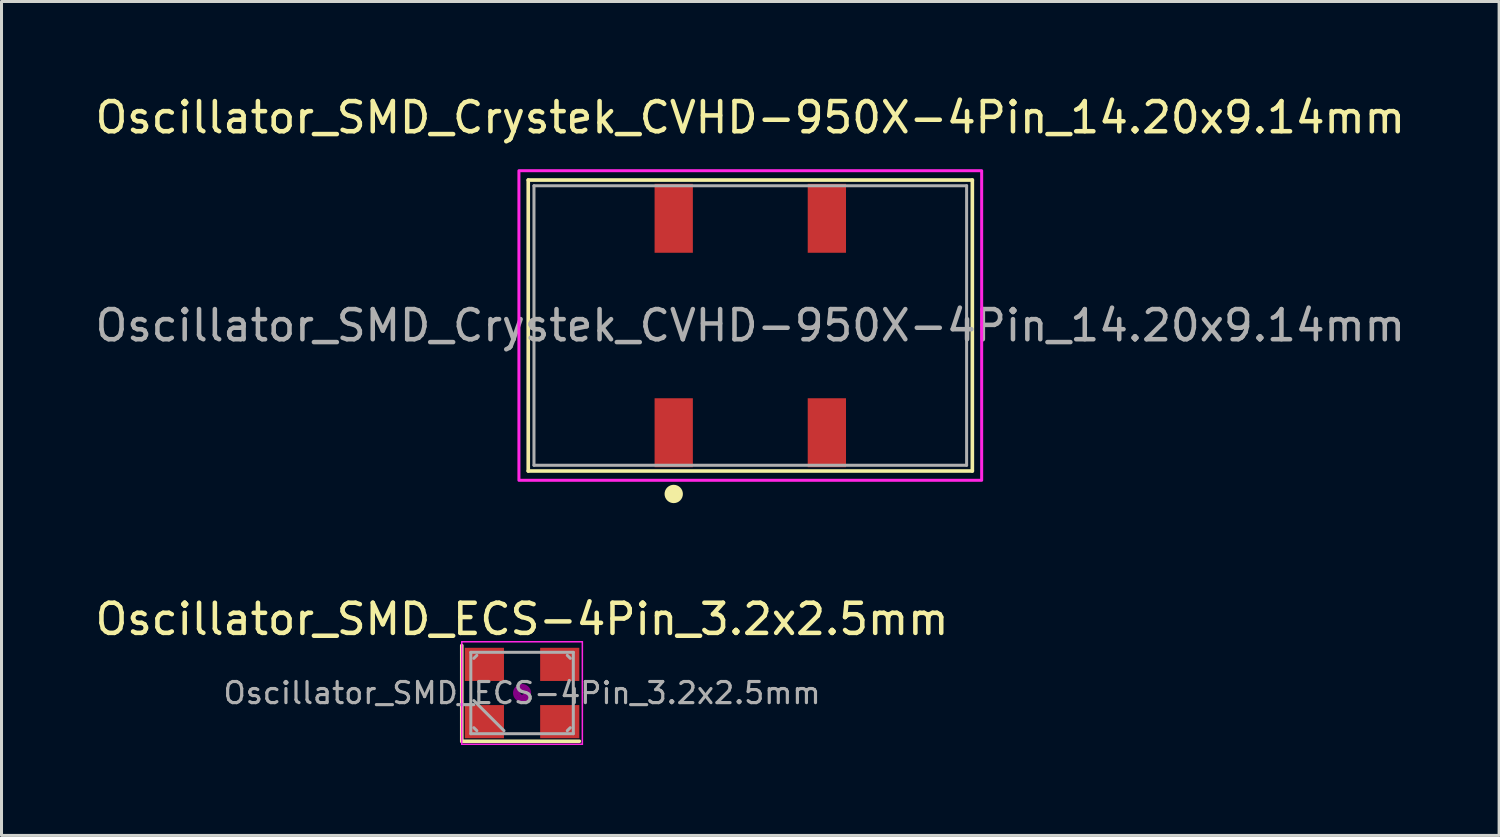
<source format=kicad_pcb>
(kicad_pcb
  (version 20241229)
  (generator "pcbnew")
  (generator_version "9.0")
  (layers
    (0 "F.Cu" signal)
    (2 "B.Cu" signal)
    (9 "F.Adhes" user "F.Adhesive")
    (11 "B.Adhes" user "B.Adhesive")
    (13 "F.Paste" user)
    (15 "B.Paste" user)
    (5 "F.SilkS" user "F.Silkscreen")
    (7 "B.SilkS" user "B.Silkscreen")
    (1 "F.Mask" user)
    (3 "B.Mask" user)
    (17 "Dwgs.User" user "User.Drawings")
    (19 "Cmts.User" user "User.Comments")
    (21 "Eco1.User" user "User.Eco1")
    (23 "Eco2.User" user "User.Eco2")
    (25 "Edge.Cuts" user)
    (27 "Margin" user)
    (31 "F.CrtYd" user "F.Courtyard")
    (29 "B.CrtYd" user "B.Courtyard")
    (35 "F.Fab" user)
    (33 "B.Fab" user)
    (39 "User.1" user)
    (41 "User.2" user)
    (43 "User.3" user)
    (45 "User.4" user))
  (footprint "Oscillator_SMD_Crystek_CVHD-950X-4Pin_14.20x9.14mm"
    (layer "F.Cu")
    (at 21.839 7.748)
    (property "Reference" "Oscillator_SMD_Crystek_CVHD-950X-4Pin_14.20x9.14mm" (at 0 -6.9 0) (layer "F.SilkS") (effects (font (size 1 1) (thickness 0.15))))
    (attr smd)
    (fp_line (start -7.366 -4.826) (end 7.366 -4.826) (stroke (width 0.12) (type solid)) (layer "F.SilkS"))
    (fp_line (start -7.366 4.826) (end -7.366 -4.826) (stroke (width 0.12) (type solid)) (layer "F.SilkS"))
    (fp_line (start -7.366 4.826) (end 7.366 4.826) (stroke (width 0.12) (type solid)) (layer "F.SilkS"))
    (fp_line (start 7.366 -4.826) (end 7.366 4.826) (stroke (width 0.12) (type solid)) (layer "F.SilkS"))
    (fp_circle (center -2.54 5.588) (end -2.286 5.588) (stroke (width 0.1) (type solid)) (fill yes) (layer "F.SilkS"))
    (fp_rect (start -7.675 -5.135) (end 7.675 5.135) (stroke (width 0.1) (type default)) (fill no) (layer "F.CrtYd"))
    (fp_line (start -7.176 -4.636) (end 7.176 -4.636) (stroke (width 0.1) (type solid)) (layer "F.Fab"))
    (fp_line (start -7.176 4.636) (end -7.176 -4.636) (stroke (width 0.1) (type solid)) (layer "F.Fab"))
    (fp_line (start 7.176 -4.636) (end 7.176 4.636) (stroke (width 0.1) (type solid)) (layer "F.Fab"))
    (fp_line (start 7.176 4.636) (end -7.176 4.636) (stroke (width 0.1) (type solid)) (layer "F.Fab"))
    (fp_text user "${REFERENCE}" (at 0 0 0) (layer "F.Fab") (effects (font (size 1 1) (thickness 0.15))))
    (pad "1" smd rect (at -2.54 3.556) (size 1.27 2.286) (layers "F.Cu" "F.Mask" "F.Paste"))
    (pad "2" smd rect (at 2.54 3.556) (size 1.27 2.286) (layers "F.Cu" "F.Mask" "F.Paste"))
    (pad "3" smd rect (at 2.54 -3.556) (size 1.27 2.286) (layers "F.Cu" "F.Mask" "F.Paste"))
    (pad "4" smd rect (at -2.54 -3.556) (size 1.27 2.286) (layers "F.Cu" "F.Mask" "F.Paste")))
  (footprint "Oscillator_SMD_ECS-4Pin_3.2x2.5mm"
    (layer "F.Cu")
    (at 14.268 19.939)
    (property "Reference" "Oscillator_SMD_ECS-4Pin_3.2x2.5mm" (at 0 -2.45 0) (layer "F.SilkS") (effects (font (size 1 1) (thickness 0.15))))
    (attr smd)
    (fp_line (start -2 -1.575) (end -2 1.6) (stroke (width 0.12) (type solid)) (layer "F.SilkS"))
    (fp_line (start -2 1.6) (end 1.9 1.6) (stroke (width 0.12) (type solid)) (layer "F.SilkS"))
    (fp_circle (center 0 0) (end 0.058 0) (stroke (width 0.117) (type solid)) (fill no) (layer "F.Adhes"))
    (fp_circle (center 0 0) (end 0.133 0) (stroke (width 0.083) (type solid)) (fill no) (layer "F.Adhes"))
    (fp_circle (center 0 0) (end 0.208 0) (stroke (width 0.083) (type solid)) (fill no) (layer "F.Adhes"))
    (fp_circle (center 0 0) (end 0.25 0) (stroke (width 0.1) (type solid)) (fill no) (layer "F.Adhes"))
    (fp_line (start -2 -1.7) (end -2 1.7) (stroke (width 0.05) (type solid)) (layer "F.CrtYd"))
    (fp_line (start -2 1.7) (end 2 1.7) (stroke (width 0.05) (type solid)) (layer "F.CrtYd"))
    (fp_line (start 2 -1.7) (end -2 -1.7) (stroke (width 0.05) (type solid)) (layer "F.CrtYd"))
    (fp_line (start 2 1.7) (end 2 -1.7) (stroke (width 0.05) (type solid)) (layer "F.CrtYd"))
    (fp_line (start -1.7 -1.35) (end 1.7 -1.35) (stroke (width 0.1) (type solid)) (layer "F.Fab"))
    (fp_line (start -1.7 1.35) (end -1.7 -1.35) (stroke (width 0.1) (type solid)) (layer "F.Fab"))
    (fp_line (start -1.6 -1.15) (end -1.5 -1.25) (stroke (width 0.1) (type solid)) (layer "F.Fab"))
    (fp_line (start -1.6 0.25) (end -0.6 1.25) (stroke (width 0.1) (type solid)) (layer "F.Fab"))
    (fp_line (start -1.5 1.25) (end -1.6 1.15) (stroke (width 0.1) (type solid)) (layer "F.Fab"))
    (fp_line (start 1.5 -1.25) (end 1.6 -1.15) (stroke (width 0.1) (type solid)) (layer "F.Fab"))
    (fp_line (start 1.6 1.15) (end 1.5 1.25) (stroke (width 0.1) (type solid)) (layer "F.Fab"))
    (fp_line (start 1.7 -1.35) (end 1.7 1.35) (stroke (width 0.1) (type solid)) (layer "F.Fab"))
    (fp_line (start 1.7 1.35) (end -1.7 1.35) (stroke (width 0.1) (type solid)) (layer "F.Fab"))
    (fp_text user "${REFERENCE}" (at 0 0 0) (layer "F.Fab") (effects (font (size 0.7 0.7) (thickness 0.105))))
    (pad "1" smd rect (at -1.25 0.95) (size 1.3 1.1) (layers "F.Cu" "F.Mask" "F.Paste"))
    (pad "2" smd rect (at 1.25 0.95) (size 1.3 1.1) (layers "F.Cu" "F.Mask" "F.Paste"))
    (pad "3" smd rect (at 1.25 -0.95) (size 1.3 1.1) (layers "F.Cu" "F.Mask" "F.Paste"))
    (pad "4" smd rect (at -1.25 -0.95) (size 1.3 1.1) (layers "F.Cu" "F.Mask" "F.Paste")))
  (gr_rect
    (start -3 -3)
    (end 46.679 24.663)
    (stroke (width 0.1) (type default))
    (fill no)
    (layer "Edge.Cuts")))
</source>
